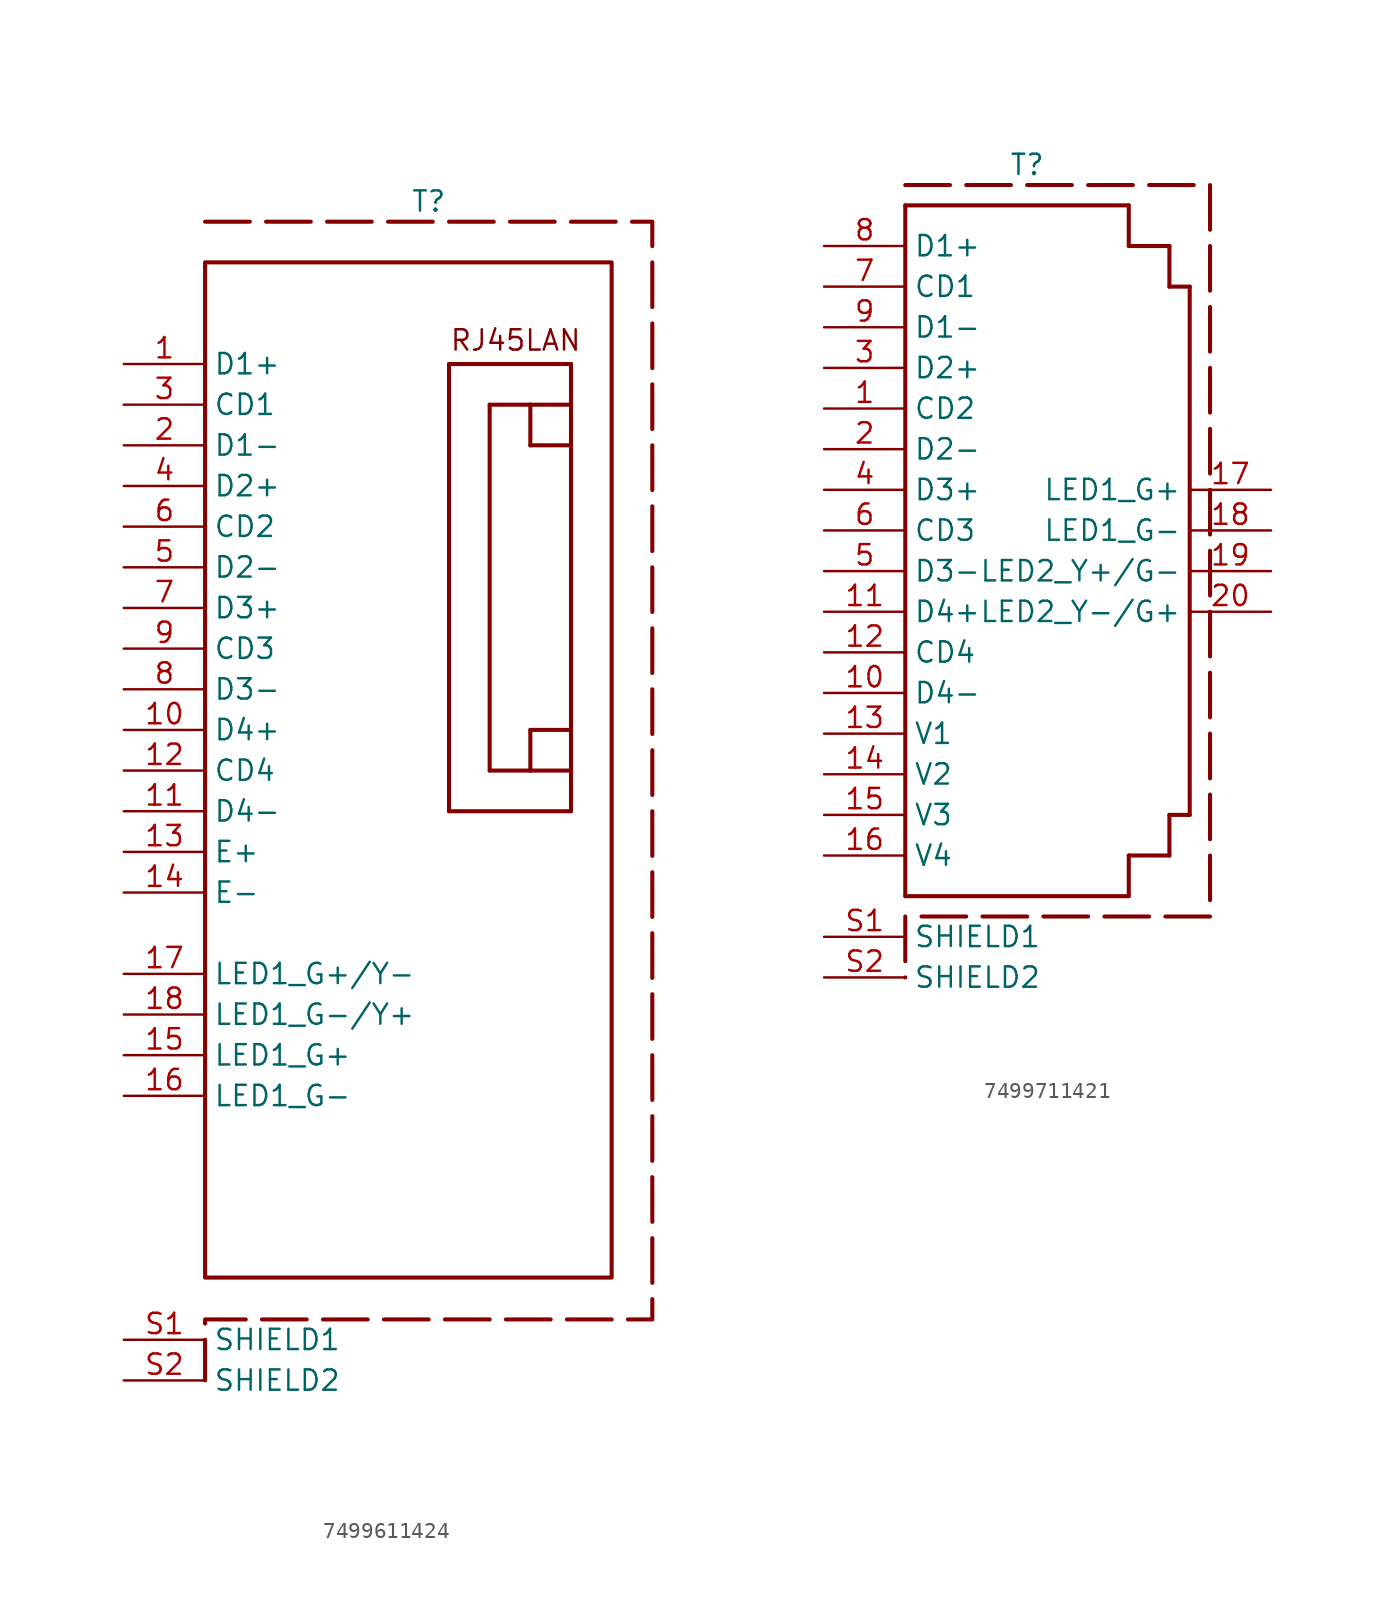
<source format=kicad_sym>
(kicad_symbol_lib
  (version 20220914)
  (generator kicad_symbol_editor)
  (symbol "7499611424"
    (property "Reference" "T"
      (at 0 33.02 0)
      (effects (font (size 1.27 1.27))))
    (property "Critical Parameter" ""
      (at 0 -5.08 0)
      (effects (font (size 1.27 1.27)) (justify left)))
    (symbol "7499611424_0_0"
      (polyline (pts (xy 1.27 -5.08) (xy 1.27 22.86)) (stroke (width 0.254) (type default)) (fill (type none)))
      (polyline (pts (xy 1.27 22.86) (xy 8.89 22.86)) (stroke (width 0.254) (type default)) (fill (type none)))
      (polyline (pts (xy 3.81 -2.54) (xy 6.35 -2.54)) (stroke (width 0.254) (type default)) (fill (type none)))
      (polyline (pts (xy 3.81 20.32) (xy 3.81 -2.54)) (stroke (width 0.254) (type default)) (fill (type none)))
      (polyline (pts (xy 6.35 -2.54) (xy 6.35 0)) (stroke (width 0.254) (type default)) (fill (type none)))
      (polyline (pts (xy 6.35 -2.54) (xy 8.89 -2.54)) (stroke (width 0.254) (type default)) (fill (type none)))
      (polyline (pts (xy 6.35 0) (xy 8.89 0)) (stroke (width 0.254) (type default)) (fill (type none)))
      (polyline (pts (xy 6.35 17.78) (xy 8.89 17.78)) (stroke (width 0.254) (type default)) (fill (type none)))
      (polyline (pts (xy 6.35 20.32) (xy 3.81 20.32)) (stroke (width 0.254) (type default)) (fill (type none)))
      (polyline (pts (xy 6.35 20.32) (xy 6.35 17.78)) (stroke (width 0.254) (type default)) (fill (type none)))
      (polyline (pts (xy 8.89 -5.08) (xy 1.27 -5.08)) (stroke (width 0.254) (type default)) (fill (type none)))
      (polyline (pts (xy 8.89 -2.54) (xy 8.89 -5.08)) (stroke (width 0.254) (type default)) (fill (type none)))
      (polyline (pts (xy 8.89 0) (xy 8.89 -2.54)) (stroke (width 0.254) (type default)) (fill (type none)))
      (polyline (pts (xy 8.89 17.78) (xy 8.89 0)) (stroke (width 0.254) (type default)) (fill (type none)))
      (polyline (pts (xy 8.89 20.32) (xy 6.35 20.32)) (stroke (width 0.254) (type default)) (fill (type none)))
      (polyline (pts (xy 8.89 20.32) (xy 8.89 17.78)) (stroke (width 0.254) (type default)) (fill (type none)))
      (polyline (pts (xy 8.89 22.86) (xy 8.89 20.32)) (stroke (width 0.254) (type default)) (fill (type none)))
      (text "RJ45LAN" (at 1.28 23.6 0) (effects (font (size 1.27 1.27)) (justify left bottom)))
      (pin bidirectional line (at -19.05 -20.32 0) (length 5.08) (name "LED1_G+" (effects (font (size 1.27 1.27)))) (number "15" (effects (font (size 1.27 1.27)))))
      (pin bidirectional line (at -19.05 -22.86 0) (length 5.08) (name "LED1_G-" (effects (font (size 1.27 1.27)))) (number "16" (effects (font (size 1.27 1.27)))))
      (pin bidirectional line (at -19.05 -15.24 0) (length 5.08) (name "LED1_G+/Y-" (effects (font (size 1.27 1.27)))) (number "17" (effects (font (size 1.27 1.27)))))
      (pin bidirectional line (at -19.05 -17.78 0) (length 5.08) (name "LED1_G-/Y+" (effects (font (size 1.27 1.27)))) (number "18" (effects (font (size 1.27 1.27)))))
      (pin power_in line (at -19.05 -38.1 0) (length 5.08) (name "SHIELD1" (effects (font (size 1.27 1.27)))) (number "S1" (effects (font (size 1.27 1.27)))))
      (pin power_in line (at -19.05 -40.64 0) (length 5.08) (name "SHIELD2" (effects (font (size 1.27 1.27)))) (number "S2" (effects (font (size 1.27 1.27))))))
    (symbol "7499611424_1_0"
      (rectangle (start -13.97 29.21) (end 11.43 -34.215) (stroke (width 0.254) (type default)) (fill (type none)))
      (polyline (pts (xy -13.97 31.75) (xy 13.97 31.75) (xy 13.97 -36.83) (xy -13.97 -36.83) (xy -13.97 -40.64)) (stroke (width 0.254) (type dash)) (fill (type none)))
      (pin bidirectional line (at -19.05 22.86 0) (length 5.08) (name "D1+" (effects (font (size 1.27 1.27)))) (number "1" (effects (font (size 1.27 1.27)))))
      (pin bidirectional line (at -19.05 0 0) (length 5.08) (name "D4+" (effects (font (size 1.27 1.27)))) (number "10" (effects (font (size 1.27 1.27)))))
      (pin bidirectional line (at -19.05 -5.08 0) (length 5.08) (name "D4-" (effects (font (size 1.27 1.27)))) (number "11" (effects (font (size 1.27 1.27)))))
      (pin bidirectional line (at -19.05 -2.54 0) (length 5.08) (name "CD4" (effects (font (size 1.27 1.27)))) (number "12" (effects (font (size 1.27 1.27)))))
      (pin bidirectional line (at -19.05 -7.62 0) (length 5.08) (name "E+" (effects (font (size 1.27 1.27)))) (number "13" (effects (font (size 1.27 1.27)))))
      (pin bidirectional line (at -19.05 -10.16 0) (length 5.08) (name "E-" (effects (font (size 1.27 1.27)))) (number "14" (effects (font (size 1.27 1.27)))))
      (pin bidirectional line (at -19.05 17.78 0) (length 5.08) (name "D1-" (effects (font (size 1.27 1.27)))) (number "2" (effects (font (size 1.27 1.27)))))
      (pin bidirectional line (at -19.05 20.32 0) (length 5.08) (name "CD1" (effects (font (size 1.27 1.27)))) (number "3" (effects (font (size 1.27 1.27)))))
      (pin bidirectional line (at -19.05 15.24 0) (length 5.08) (name "D2+" (effects (font (size 1.27 1.27)))) (number "4" (effects (font (size 1.27 1.27)))))
      (pin bidirectional line (at -19.05 10.16 0) (length 5.08) (name "D2-" (effects (font (size 1.27 1.27)))) (number "5" (effects (font (size 1.27 1.27)))))
      (pin bidirectional line (at -19.05 12.7 0) (length 5.08) (name "CD2" (effects (font (size 1.27 1.27)))) (number "6" (effects (font (size 1.27 1.27)))))
      (pin bidirectional line (at -19.05 7.62 0) (length 5.08) (name "D3+" (effects (font (size 1.27 1.27)))) (number "7" (effects (font (size 1.27 1.27)))))
      (pin bidirectional line (at -19.05 2.54 0) (length 5.08) (name "D3-" (effects (font (size 1.27 1.27)))) (number "8" (effects (font (size 1.27 1.27)))))
      (pin bidirectional line (at -19.05 5.08 0) (length 5.08) (name "CD3" (effects (font (size 1.27 1.27)))) (number "9" (effects (font (size 1.27 1.27)))))))
  (symbol "7499711421"
    (property "Reference" "T"
      (at 0 25.4 0)
      (effects (font (size 1.27 1.27))))
    (property "Critical Parameter" ""
      (at 0 -5.08 0)
      (effects (font (size 1.27 1.27)) (justify left)))
    (symbol "7499711421_0_0"
      (polyline (pts (xy -7.62 -20.32) (xy -7.62 22.86)) (stroke (width 0.254) (type default)) (fill (type none)))
      (polyline (pts (xy -7.62 22.86) (xy 6.35 22.86)) (stroke (width 0.254) (type default)) (fill (type none)))
      (polyline (pts (xy 6.35 -20.32) (xy -7.62 -20.32)) (stroke (width 0.254) (type default)) (fill (type none)))
      (polyline (pts (xy 6.35 -20.32) (xy 6.35 -17.78)) (stroke (width 0.254) (type default)) (fill (type none)))
      (polyline (pts (xy 6.35 -17.78) (xy 8.89 -17.78)) (stroke (width 0.254) (type default)) (fill (type none)))
      (polyline (pts (xy 6.35 20.32) (xy 8.89 20.32)) (stroke (width 0.254) (type default)) (fill (type none)))
      (polyline (pts (xy 6.35 22.86) (xy 6.35 20.32)) (stroke (width 0.254) (type default)) (fill (type none)))
      (polyline (pts (xy 8.89 -17.78) (xy 8.89 -15.24)) (stroke (width 0.254) (type default)) (fill (type none)))
      (polyline (pts (xy 8.89 -15.24) (xy 10.16 -15.24)) (stroke (width 0.254) (type default)) (fill (type none)))
      (polyline (pts (xy 8.89 17.78) (xy 10.16 17.78)) (stroke (width 0.254) (type default)) (fill (type none)))
      (polyline (pts (xy 8.89 20.32) (xy 8.89 17.78)) (stroke (width 0.254) (type default)) (fill (type none)))
      (polyline (pts (xy 10.16 17.78) (xy 10.16 -15.24)) (stroke (width 0.254) (type default)) (fill (type none)))
      (pin bidirectional line (at -12.7 10.16 0) (length 5.08) (name "CD2" (effects (font (size 1.27 1.27)))) (number "1" (effects (font (size 1.27 1.27)))))
      (pin bidirectional line (at -12.7 -7.62 0) (length 5.08) (name "D4-" (effects (font (size 1.27 1.27)))) (number "10" (effects (font (size 1.27 1.27)))))
      (pin bidirectional line (at -12.7 -2.54 0) (length 5.08) (name "D4+" (effects (font (size 1.27 1.27)))) (number "11" (effects (font (size 1.27 1.27)))))
      (pin bidirectional line (at -12.7 -5.08 0) (length 5.08) (name "CD4" (effects (font (size 1.27 1.27)))) (number "12" (effects (font (size 1.27 1.27)))))
      (pin power_in line (at -12.7 -10.16 0) (length 5.08) (name "V1" (effects (font (size 1.27 1.27)))) (number "13" (effects (font (size 1.27 1.27)))))
      (pin power_in line (at -12.7 -12.7 0) (length 5.08) (name "V2" (effects (font (size 1.27 1.27)))) (number "14" (effects (font (size 1.27 1.27)))))
      (pin power_in line (at -12.7 -15.24 0) (length 5.08) (name "V3" (effects (font (size 1.27 1.27)))) (number "15" (effects (font (size 1.27 1.27)))))
      (pin power_in line (at -12.7 -17.78 0) (length 5.08) (name "V4" (effects (font (size 1.27 1.27)))) (number "16" (effects (font (size 1.27 1.27)))))
      (pin bidirectional line (at -12.7 7.62 0) (length 5.08) (name "D2-" (effects (font (size 1.27 1.27)))) (number "2" (effects (font (size 1.27 1.27)))))
      (pin bidirectional line (at -12.7 12.7 0) (length 5.08) (name "D2+" (effects (font (size 1.27 1.27)))) (number "3" (effects (font (size 1.27 1.27)))))
      (pin bidirectional line (at -12.7 5.08 0) (length 5.08) (name "D3+" (effects (font (size 1.27 1.27)))) (number "4" (effects (font (size 1.27 1.27)))))
      (pin bidirectional line (at -12.7 0 0) (length 5.08) (name "D3-" (effects (font (size 1.27 1.27)))) (number "5" (effects (font (size 1.27 1.27)))))
      (pin bidirectional line (at -12.7 2.54 0) (length 5.08) (name "CD3" (effects (font (size 1.27 1.27)))) (number "6" (effects (font (size 1.27 1.27)))))
      (pin bidirectional line (at -12.7 17.78 0) (length 5.08) (name "CD1" (effects (font (size 1.27 1.27)))) (number "7" (effects (font (size 1.27 1.27)))))
      (pin bidirectional line (at -12.7 20.32 0) (length 5.08) (name "D1+" (effects (font (size 1.27 1.27)))) (number "8" (effects (font (size 1.27 1.27)))))
      (pin bidirectional line (at -12.7 15.24 0) (length 5.08) (name "D1-" (effects (font (size 1.27 1.27)))) (number "9" (effects (font (size 1.27 1.27)))))
      (pin power_in line (at -12.7 -22.86 0) (length 5.08) (name "SHIELD1" (effects (font (size 1.27 1.27)))) (number "S1" (effects (font (size 1.27 1.27)))))
      (pin power_in line (at -12.7 -25.4 0) (length 5.08) (name "SHIELD2" (effects (font (size 1.27 1.27)))) (number "S2" (effects (font (size 1.27 1.27))))))
    (symbol "7499711421_1_0"
      (pin bidirectional line (at 15.24 5.08 180) (length 5.08) (name "LED1_G+" (effects (font (size 1.27 1.27)))) (number "17" (effects (font (size 1.27 1.27)))))
      (pin bidirectional line (at 15.24 2.54 180) (length 5.08) (name "LED1_G-" (effects (font (size 1.27 1.27)))) (number "18" (effects (font (size 1.27 1.27)))))
      (pin bidirectional line (at 15.24 0 180) (length 5.08) (name "LED2_Y+/G-" (effects (font (size 1.27 1.27)))) (number "19" (effects (font (size 1.27 1.27)))))
      (pin bidirectional line (at 15.24 -2.54 180) (length 5.08) (name "LED2_Y-/G+" (effects (font (size 1.27 1.27)))) (number "20" (effects (font (size 1.27 1.27))))))
    (symbol "7499711421_1_1"
      (polyline (pts (xy -7.62 24.13) (xy 11.43 24.13) (xy 11.43 -21.59) (xy -7.62 -21.59) (xy -7.62 -25.4)) (stroke (width 0.254) (type dash)) (fill (type none))))))
</source>
